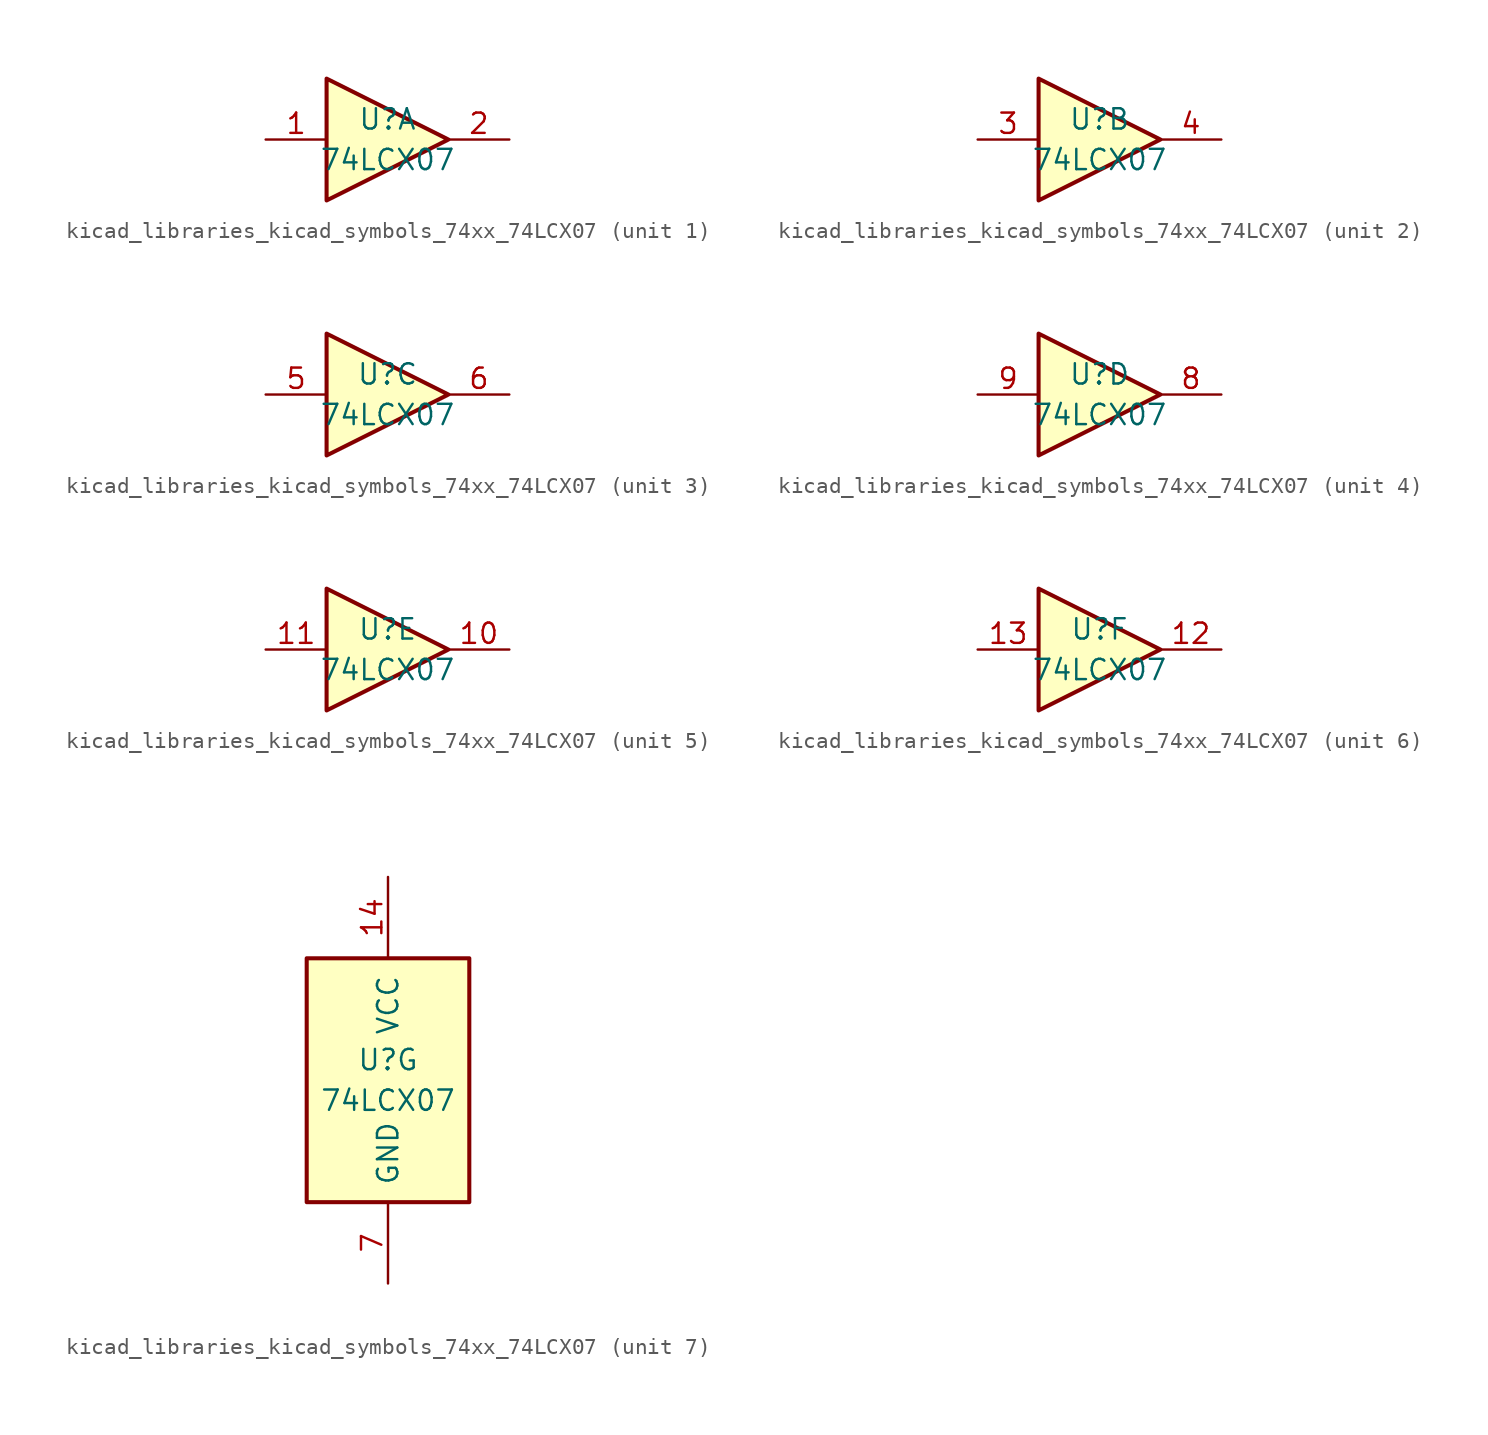
<source format=kicad_sym>
(kicad_symbol_lib
  (version 20220914)
  (generator kicad_symbol_editor)
  (symbol "kicad_libraries_kicad_symbols_74xx_74LCX07"
    (pin_names
      (offset 1.016))
    (property "Reference" "U"
      (at 0 1.27 0)
      (effects (font (size 1.27 1.27))))
    (property "Value" "74LCX07"
      (at 0 -1.27 0)
      (effects (font (size 1.27 1.27))))
    (property "ki_locked" ""
      (at 0 0 0)
      (effects (font (size 1.27 1.27))))
    (symbol "kicad_libraries_kicad_symbols_74xx_74LCX07_1_0"
      (polyline (pts (xy -3.81 3.81) (xy -3.81 -3.81) (xy 3.81 0) (xy -3.81 3.81)) (stroke (width 0.254) (type default)) (fill (type background)))
      (pin input line (at -7.62 0 0) (length 3.81) (name "~" (effects (font (size 1.27 1.27)))) (number "1" (effects (font (size 1.27 1.27)))))
      (pin open_collector line (at 7.62 0 180) (length 3.81) (name "~" (effects (font (size 1.27 1.27)))) (number "2" (effects (font (size 1.27 1.27))))))
    (symbol "kicad_libraries_kicad_symbols_74xx_74LCX07_2_0"
      (polyline (pts (xy -3.81 3.81) (xy -3.81 -3.81) (xy 3.81 0) (xy -3.81 3.81)) (stroke (width 0.254) (type default)) (fill (type background)))
      (pin input line (at -7.62 0 0) (length 3.81) (name "~" (effects (font (size 1.27 1.27)))) (number "3" (effects (font (size 1.27 1.27)))))
      (pin open_collector line (at 7.62 0 180) (length 3.81) (name "~" (effects (font (size 1.27 1.27)))) (number "4" (effects (font (size 1.27 1.27))))))
    (symbol "kicad_libraries_kicad_symbols_74xx_74LCX07_3_0"
      (polyline (pts (xy -3.81 3.81) (xy -3.81 -3.81) (xy 3.81 0) (xy -3.81 3.81)) (stroke (width 0.254) (type default)) (fill (type background)))
      (pin input line (at -7.62 0 0) (length 3.81) (name "~" (effects (font (size 1.27 1.27)))) (number "5" (effects (font (size 1.27 1.27)))))
      (pin open_collector line (at 7.62 0 180) (length 3.81) (name "~" (effects (font (size 1.27 1.27)))) (number "6" (effects (font (size 1.27 1.27))))))
    (symbol "kicad_libraries_kicad_symbols_74xx_74LCX07_4_0"
      (polyline (pts (xy -3.81 3.81) (xy -3.81 -3.81) (xy 3.81 0) (xy -3.81 3.81)) (stroke (width 0.254) (type default)) (fill (type background)))
      (pin open_collector line (at 7.62 0 180) (length 3.81) (name "~" (effects (font (size 1.27 1.27)))) (number "8" (effects (font (size 1.27 1.27)))))
      (pin input line (at -7.62 0 0) (length 3.81) (name "~" (effects (font (size 1.27 1.27)))) (number "9" (effects (font (size 1.27 1.27))))))
    (symbol "kicad_libraries_kicad_symbols_74xx_74LCX07_5_0"
      (polyline (pts (xy -3.81 3.81) (xy -3.81 -3.81) (xy 3.81 0) (xy -3.81 3.81)) (stroke (width 0.254) (type default)) (fill (type background)))
      (pin open_collector line (at 7.62 0 180) (length 3.81) (name "~" (effects (font (size 1.27 1.27)))) (number "10" (effects (font (size 1.27 1.27)))))
      (pin input line (at -7.62 0 0) (length 3.81) (name "~" (effects (font (size 1.27 1.27)))) (number "11" (effects (font (size 1.27 1.27))))))
    (symbol "kicad_libraries_kicad_symbols_74xx_74LCX07_6_0"
      (polyline (pts (xy -3.81 3.81) (xy -3.81 -3.81) (xy 3.81 0) (xy -3.81 3.81)) (stroke (width 0.254) (type default)) (fill (type background)))
      (pin open_collector line (at 7.62 0 180) (length 3.81) (name "~" (effects (font (size 1.27 1.27)))) (number "12" (effects (font (size 1.27 1.27)))))
      (pin input line (at -7.62 0 0) (length 3.81) (name "~" (effects (font (size 1.27 1.27)))) (number "13" (effects (font (size 1.27 1.27))))))
    (symbol "kicad_libraries_kicad_symbols_74xx_74LCX07_7_0"
      (pin power_in line (at 0 12.7 270) (length 5.08) (name "VCC" (effects (font (size 1.27 1.27)))) (number "14" (effects (font (size 1.27 1.27)))))
      (pin power_in line (at 0 -12.7 90) (length 5.08) (name "GND" (effects (font (size 1.27 1.27)))) (number "7" (effects (font (size 1.27 1.27))))))
    (symbol "kicad_libraries_kicad_symbols_74xx_74LCX07_7_1"
      (rectangle (start -5.08 7.62) (end 5.08 -7.62) (stroke (width 0.254) (type default)) (fill (type background))))))
</source>
